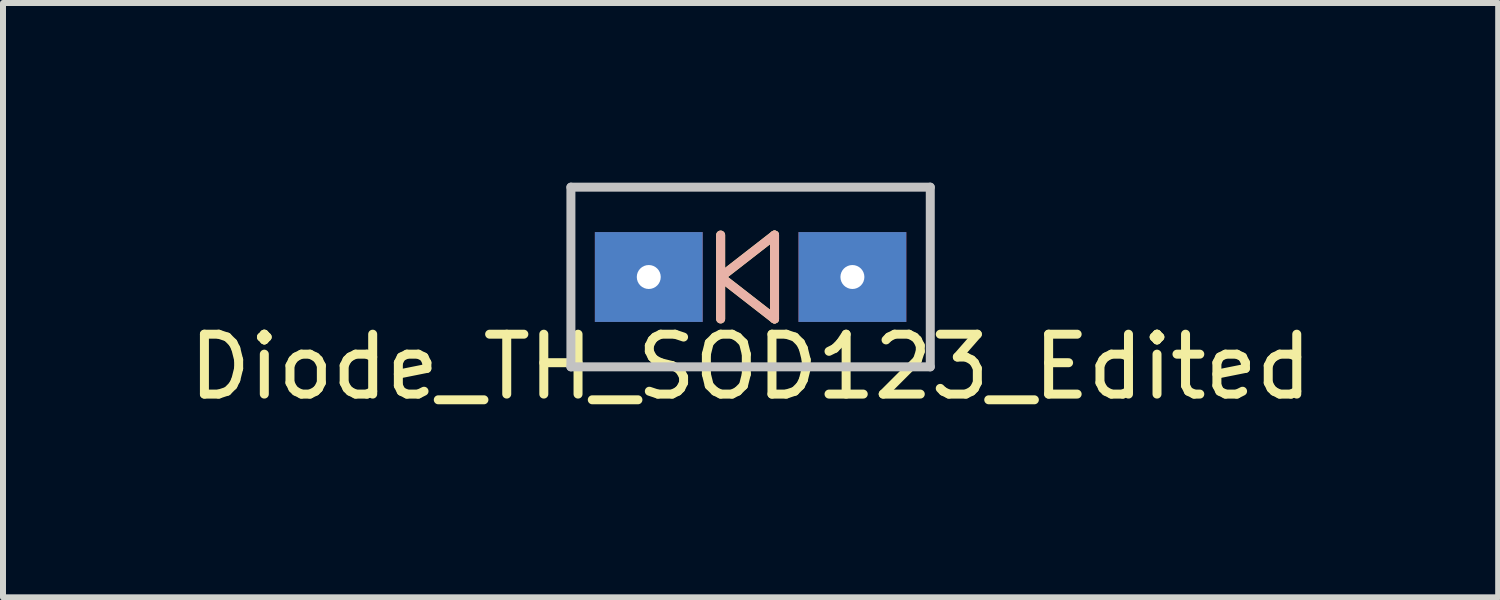
<source format=kicad_pcb>
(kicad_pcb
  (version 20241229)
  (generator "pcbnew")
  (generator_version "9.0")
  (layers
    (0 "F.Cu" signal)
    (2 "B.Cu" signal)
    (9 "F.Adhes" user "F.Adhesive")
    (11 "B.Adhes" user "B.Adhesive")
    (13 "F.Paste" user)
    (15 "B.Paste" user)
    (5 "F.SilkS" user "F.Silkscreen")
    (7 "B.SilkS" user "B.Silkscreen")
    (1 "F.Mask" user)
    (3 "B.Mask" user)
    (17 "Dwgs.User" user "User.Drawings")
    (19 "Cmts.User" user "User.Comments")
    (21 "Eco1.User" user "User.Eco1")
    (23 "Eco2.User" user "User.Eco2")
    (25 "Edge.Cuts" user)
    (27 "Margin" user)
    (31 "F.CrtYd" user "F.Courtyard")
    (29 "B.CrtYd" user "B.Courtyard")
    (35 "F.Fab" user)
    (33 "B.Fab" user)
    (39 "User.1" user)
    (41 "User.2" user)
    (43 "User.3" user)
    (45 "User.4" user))
  (footprint "Diode_TH_SOD123_Edited"
    (placed yes)
    (layer "F.Cu")
    (at 9.482 1.575)
    (property "Reference" "Diode_TH_SOD123_Edited" (at 0 1.5 0) (layer "F.SilkS") (effects (font (size 1 1) (thickness 0.15))))
    (attr through_hole)
    (fp_line (start -0.5 -0.7) (end -0.5 0.7) (stroke (width 0.15) (type solid)) (layer "F.SilkS"))
    (fp_line (start -0.5 0) (end 0.4 -0.7) (stroke (width 0.15) (type solid)) (layer "F.SilkS"))
    (fp_line (start 0.4 -0.7) (end 0.4 0.7) (stroke (width 0.15) (type solid)) (layer "F.SilkS"))
    (fp_line (start 0.4 0.7) (end -0.5 0) (stroke (width 0.15) (type solid)) (layer "F.SilkS"))
    (fp_line (start -0.5 -0.7) (end -0.5 0.7) (stroke (width 0.15) (type solid)) (layer "B.SilkS"))
    (fp_line (start -0.5 0) (end 0.4 -0.7) (stroke (width 0.15) (type solid)) (layer "B.SilkS"))
    (fp_line (start 0.4 -0.7) (end 0.4 0.7) (stroke (width 0.15) (type solid)) (layer "B.SilkS"))
    (fp_line (start 0.4 0.7) (end -0.5 0) (stroke (width 0.15) (type solid)) (layer "B.SilkS"))
    (fp_line (start -3 -1.5) (end -3 1.5) (stroke (width 0.15) (type solid)) (layer "Dwgs.User"))
    (fp_line (start -3 -1.5) (end 3 -1.5) (stroke (width 0.15) (type solid)) (layer "Dwgs.User"))
    (fp_line (start -3 1.5) (end 3 1.5) (stroke (width 0.15) (type solid)) (layer "Dwgs.User"))
    (fp_line (start 3 -1.5) (end 3 1.5) (stroke (width 0.15) (type solid)) (layer "Dwgs.User"))
    (pad "1" thru_hole rect (at -1.7 0) (size 1.8 1.5) (drill 0.4) (layers "*.Cu" "*.Mask"))
    (pad "2" thru_hole rect (at 1.7 0) (size 1.8 1.5) (drill 0.4) (layers "*.Cu" "*.Mask")))
  (gr_rect
    (start -3 -3)
    (end 21.964 6.923)
    (stroke (width 0.1) (type default))
    (fill no)
    (layer "Edge.Cuts")))
</source>
